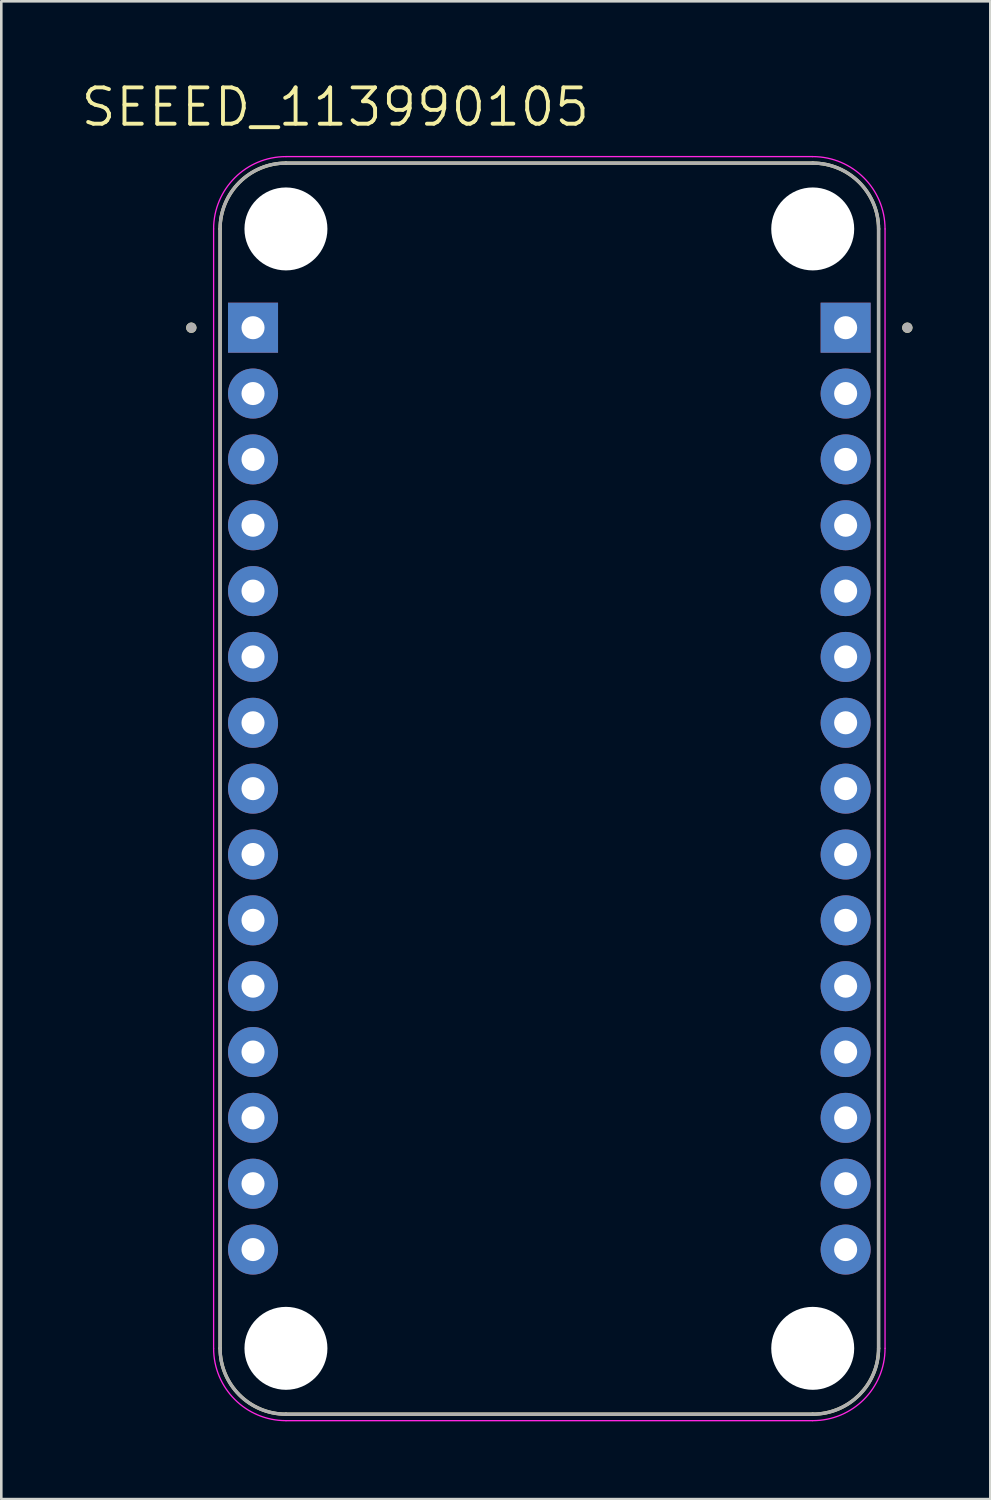
<source format=kicad_pcb>
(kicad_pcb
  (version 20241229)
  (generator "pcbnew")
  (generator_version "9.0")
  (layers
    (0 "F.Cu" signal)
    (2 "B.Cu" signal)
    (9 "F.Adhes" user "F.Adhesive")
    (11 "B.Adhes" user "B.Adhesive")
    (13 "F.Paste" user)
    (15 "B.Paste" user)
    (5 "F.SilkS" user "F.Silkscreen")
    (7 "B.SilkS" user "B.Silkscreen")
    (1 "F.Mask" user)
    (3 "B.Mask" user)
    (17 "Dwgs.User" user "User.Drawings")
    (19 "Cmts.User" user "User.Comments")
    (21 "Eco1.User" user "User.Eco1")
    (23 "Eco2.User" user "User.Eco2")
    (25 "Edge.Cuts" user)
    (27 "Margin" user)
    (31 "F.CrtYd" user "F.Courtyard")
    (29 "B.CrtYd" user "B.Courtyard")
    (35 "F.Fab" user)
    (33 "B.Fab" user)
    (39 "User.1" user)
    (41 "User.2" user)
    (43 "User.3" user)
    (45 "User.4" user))
  (footprint "SEEED_113990105"
    (layer "F.Cu")
    (at 18.14 27.371)
    (property "Reference" "SEEED_113990105" (at -8.255 -26.289 0) (layer "F.SilkS") (effects (font (size 1.4 1.4) (thickness 0.15))))
    (attr through_hole)
    (fp_line (start -12.7 21.59) (end -12.7 -21.59) (stroke (width 0.127) (type solid)) (layer "F.SilkS"))
    (fp_line (start -10.16 -24.13) (end 10.16 -24.13) (stroke (width 0.127) (type solid)) (layer "F.SilkS"))
    (fp_line (start 10.16 24.13) (end -10.16 24.13) (stroke (width 0.127) (type solid)) (layer "F.SilkS"))
    (fp_line (start 12.7 -21.59) (end 12.7 21.59) (stroke (width 0.127) (type solid)) (layer "F.SilkS"))
    (fp_arc (start -12.7 -21.59) (mid -11.956051 -23.386051) (end -10.16 -24.13) (stroke (width 0.127) (type solid)) (layer "F.SilkS"))
    (fp_arc (start -10.16 24.13) (mid -11.956051 23.386051) (end -12.7 21.59) (stroke (width 0.127) (type solid)) (layer "F.SilkS"))
    (fp_arc (start 10.16 -24.13) (mid 11.956051 -23.386051) (end 12.7 -21.59) (stroke (width 0.127) (type solid)) (layer "F.SilkS"))
    (fp_arc (start 12.7 21.59) (mid 11.956051 23.386051) (end 10.16 24.13) (stroke (width 0.127) (type solid)) (layer "F.SilkS"))
    (fp_circle (center -13.81 -17.78) (end -13.71 -17.78) (stroke (width 0.2) (type solid)) (fill no) (layer "F.SilkS"))
    (fp_circle (center 13.81 -17.78) (end 13.91 -17.78) (stroke (width 0.2) (type solid)) (fill no) (layer "F.SilkS"))
    (fp_line (start -12.95 21.59) (end -12.95 -21.59) (stroke (width 0.05) (type solid)) (layer "F.CrtYd"))
    (fp_line (start -10.16 -24.38) (end 10.16 -24.38) (stroke (width 0.05) (type solid)) (layer "F.CrtYd"))
    (fp_line (start 10.16 24.38) (end -10.16 24.38) (stroke (width 0.05) (type solid)) (layer "F.CrtYd"))
    (fp_line (start 12.95 -21.59) (end 12.95 21.59) (stroke (width 0.05) (type solid)) (layer "F.CrtYd"))
    (fp_arc (start -12.95 -21.59) (mid -12.132828 -23.562828) (end -10.16 -24.38) (stroke (width 0.05) (type solid)) (layer "F.CrtYd"))
    (fp_arc (start -10.16 24.38) (mid -12.132828 23.562828) (end -12.95 21.59) (stroke (width 0.05) (type solid)) (layer "F.CrtYd"))
    (fp_arc (start 10.16 -24.38) (mid 12.132828 -23.562828) (end 12.95 -21.59) (stroke (width 0.05) (type solid)) (layer "F.CrtYd"))
    (fp_arc (start 12.95 21.59) (mid 12.132828 23.562828) (end 10.16 24.38) (stroke (width 0.05) (type solid)) (layer "F.CrtYd"))
    (fp_line (start -12.7 21.59) (end -12.7 -21.59) (stroke (width 0.127) (type solid)) (layer "F.Fab"))
    (fp_line (start -10.16 -24.13) (end 10.16 -24.13) (stroke (width 0.127) (type solid)) (layer "F.Fab"))
    (fp_line (start 10.16 24.13) (end -10.16 24.13) (stroke (width 0.127) (type solid)) (layer "F.Fab"))
    (fp_line (start 12.7 -21.59) (end 12.7 21.59) (stroke (width 0.127) (type solid)) (layer "F.Fab"))
    (fp_arc (start -12.7 -21.59) (mid -11.956051 -23.386051) (end -10.16 -24.13) (stroke (width 0.127) (type solid)) (layer "F.Fab"))
    (fp_arc (start -10.16 24.13) (mid -11.956051 23.386051) (end -12.7 21.59) (stroke (width 0.127) (type solid)) (layer "F.Fab"))
    (fp_arc (start 10.16 -24.13) (mid 11.956051 -23.386051) (end 12.7 -21.59) (stroke (width 0.127) (type solid)) (layer "F.Fab"))
    (fp_arc (start 12.7 21.59) (mid 11.956051 23.386051) (end 10.16 24.13) (stroke (width 0.127) (type solid)) (layer "F.Fab"))
    (fp_circle (center -13.81 -17.78) (end -13.71 -17.78) (stroke (width 0.2) (type solid)) (fill no) (layer "F.Fab"))
    (fp_circle (center 13.81 -17.78) (end 13.91 -17.78) (stroke (width 0.2) (type solid)) (fill no) (layer "F.Fab"))
    (pad "" np_thru_hole circle (at -10.16 -21.59) (size 3.2 3.2) (drill 3.2) (layers "*.Cu" "*.Mask"))
    (pad "" np_thru_hole circle (at -10.16 21.59) (size 3.2 3.2) (drill 3.2) (layers "*.Cu" "*.Mask"))
    (pad "" np_thru_hole circle (at 10.16 -21.59) (size 3.2 3.2) (drill 3.2) (layers "*.Cu" "*.Mask"))
    (pad "" np_thru_hole circle (at 10.16 21.59) (size 3.2 3.2) (drill 3.2) (layers "*.Cu" "*.Mask"))
    (pad "J1_1" thru_hole rect (at -11.43 -17.78) (size 1.93 1.93) (drill 0.889) (layers "*.Cu" "*.Mask"))
    (pad "J1_2" thru_hole circle (at -11.43 -15.24) (size 1.93 1.93) (drill 0.889) (layers "*.Cu" "*.Mask"))
    (pad "J1_3" thru_hole circle (at -11.43 -12.7) (size 1.93 1.93) (drill 0.889) (layers "*.Cu" "*.Mask"))
    (pad "J1_4" thru_hole circle (at -11.43 -10.16) (size 1.93 1.93) (drill 0.889) (layers "*.Cu" "*.Mask"))
    (pad "J1_5" thru_hole circle (at -11.43 -7.62) (size 1.93 1.93) (drill 0.889) (layers "*.Cu" "*.Mask"))
    (pad "J1_6" thru_hole circle (at -11.43 -5.08) (size 1.93 1.93) (drill 0.889) (layers "*.Cu" "*.Mask"))
    (pad "J1_7" thru_hole circle (at -11.43 -2.54) (size 1.93 1.93) (drill 0.889) (layers "*.Cu" "*.Mask"))
    (pad "J1_8" thru_hole circle (at -11.43 0) (size 1.93 1.93) (drill 0.889) (layers "*.Cu" "*.Mask"))
    (pad "J1_9" thru_hole circle (at -11.43 2.54) (size 1.93 1.93) (drill 0.889) (layers "*.Cu" "*.Mask"))
    (pad "J1_10" thru_hole circle (at -11.43 5.08) (size 1.93 1.93) (drill 0.889) (layers "*.Cu" "*.Mask"))
    (pad "J1_11" thru_hole circle (at -11.43 7.62) (size 1.93 1.93) (drill 0.889) (layers "*.Cu" "*.Mask"))
    (pad "J1_12" thru_hole circle (at -11.43 10.16) (size 1.93 1.93) (drill 0.889) (layers "*.Cu" "*.Mask"))
    (pad "J1_13" thru_hole circle (at -11.43 12.7) (size 1.93 1.93) (drill 0.889) (layers "*.Cu" "*.Mask"))
    (pad "J1_14" thru_hole circle (at -11.43 15.24) (size 1.93 1.93) (drill 0.889) (layers "*.Cu" "*.Mask"))
    (pad "J1_15" thru_hole circle (at -11.43 17.78) (size 1.93 1.93) (drill 0.889) (layers "*.Cu" "*.Mask"))
    (pad "J2_1" thru_hole rect (at 11.43 -17.78) (size 1.93 1.93) (drill 0.889) (layers "*.Cu" "*.Mask"))
    (pad "J2_2" thru_hole circle (at 11.43 -15.24) (size 1.93 1.93) (drill 0.889) (layers "*.Cu" "*.Mask"))
    (pad "J2_3" thru_hole circle (at 11.43 -12.7) (size 1.93 1.93) (drill 0.889) (layers "*.Cu" "*.Mask"))
    (pad "J2_4" thru_hole circle (at 11.43 -10.16) (size 1.93 1.93) (drill 0.889) (layers "*.Cu" "*.Mask"))
    (pad "J2_5" thru_hole circle (at 11.43 -7.62) (size 1.93 1.93) (drill 0.889) (layers "*.Cu" "*.Mask"))
    (pad "J2_6" thru_hole circle (at 11.43 -5.08) (size 1.93 1.93) (drill 0.889) (layers "*.Cu" "*.Mask"))
    (pad "J2_7" thru_hole circle (at 11.43 -2.54) (size 1.93 1.93) (drill 0.889) (layers "*.Cu" "*.Mask"))
    (pad "J2_8" thru_hole circle (at 11.43 0) (size 1.93 1.93) (drill 0.889) (layers "*.Cu" "*.Mask"))
    (pad "J2_9" thru_hole circle (at 11.43 2.54) (size 1.93 1.93) (drill 0.889) (layers "*.Cu" "*.Mask"))
    (pad "J2_10" thru_hole circle (at 11.43 5.08) (size 1.93 1.93) (drill 0.889) (layers "*.Cu" "*.Mask"))
    (pad "J2_11" thru_hole circle (at 11.43 7.62) (size 1.93 1.93) (drill 0.889) (layers "*.Cu" "*.Mask"))
    (pad "J2_12" thru_hole circle (at 11.43 10.16) (size 1.93 1.93) (drill 0.889) (layers "*.Cu" "*.Mask"))
    (pad "J2_13" thru_hole circle (at 11.43 12.7) (size 1.93 1.93) (drill 0.889) (layers "*.Cu" "*.Mask"))
    (pad "J2_14" thru_hole circle (at 11.43 15.24) (size 1.93 1.93) (drill 0.889) (layers "*.Cu" "*.Mask"))
    (pad "J2_15" thru_hole circle (at 11.43 17.78) (size 1.93 1.93) (drill 0.889) (layers "*.Cu" "*.Mask")))
  (gr_rect
    (start -3 -3)
    (end 35.15 54.776)
    (stroke (width 0.1) (type default))
    (fill no)
    (layer "Edge.Cuts")))
</source>
